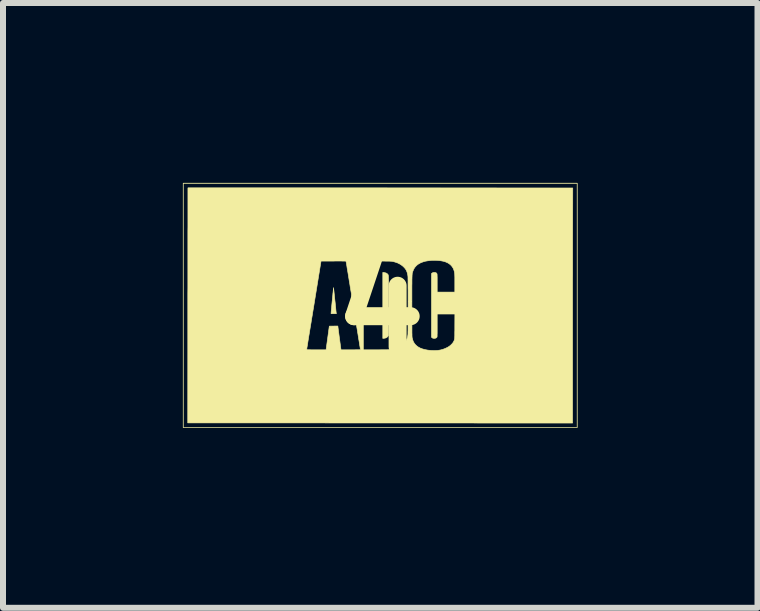
<source format=kicad_pcb>
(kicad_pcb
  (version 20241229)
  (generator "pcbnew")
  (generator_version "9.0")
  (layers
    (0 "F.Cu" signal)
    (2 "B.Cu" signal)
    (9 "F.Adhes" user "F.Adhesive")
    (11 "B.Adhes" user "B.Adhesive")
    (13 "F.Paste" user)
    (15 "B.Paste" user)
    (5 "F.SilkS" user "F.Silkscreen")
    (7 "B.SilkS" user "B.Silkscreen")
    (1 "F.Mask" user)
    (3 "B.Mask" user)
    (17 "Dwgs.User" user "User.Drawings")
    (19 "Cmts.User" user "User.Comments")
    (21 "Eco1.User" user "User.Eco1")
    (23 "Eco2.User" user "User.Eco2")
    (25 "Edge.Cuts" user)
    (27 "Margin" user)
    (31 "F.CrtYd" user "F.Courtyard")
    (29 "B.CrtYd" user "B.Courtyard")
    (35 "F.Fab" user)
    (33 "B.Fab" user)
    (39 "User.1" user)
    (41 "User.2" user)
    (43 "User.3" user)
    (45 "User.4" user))
  (footprint "4"
    (layer "F.Cu")
    (at 3.291 2.042)
    (property "Reference" "4" (at 0 0 0) (layer "F.SilkS") (effects (font (size 1.524 1.524) (thickness 0.3))))
    (attr through_hole)
    (fp_poly (pts (xy 3.286 2.039) (xy -3.286 2.039) (xy -3.286 -2.034) (xy -3.284 -2.034) (xy -3.284 2.037) (xy 3.284 2.037) (xy 3.284 -2.034) (xy -3.284 -2.034) (xy -3.286 -2.034) (xy -3.286 -2.037) (xy 3.286 -2.037) (xy 3.286 2.039)) (stroke (width 0.01) (type solid)) (fill yes) (layer "F.SilkS"))
    (fp_poly (pts (xy -0.779 -0.293) (xy -0.778 -0.288) (xy -0.777 -0.279) (xy -0.775 -0.267) (xy -0.774 -0.252) (xy -0.771 -0.232) (xy -0.769 -0.209) (xy -0.766 -0.181) (xy -0.763 -0.149) (xy -0.759 -0.112) (xy -0.756 -0.084) (xy -0.752 -0.051) (xy -0.749 -0.021) (xy -0.746 0.009) (xy -0.743 0.036) (xy -0.741 0.06) (xy -0.739 0.082) (xy -0.737 0.1) (xy -0.735 0.115) (xy -0.734 0.125) (xy -0.733 0.131) (xy -0.733 0.133) (xy -0.732 0.14) (xy -0.776 0.14) (xy -0.792 0.14) (xy -0.804 0.14) (xy -0.812 0.139) (xy -0.816 0.139) (xy -0.819 0.138) (xy -0.82 0.136) (xy -0.82 0.134) (xy -0.82 0.134) (xy -0.82 0.131) (xy -0.819 0.123) (xy -0.818 0.11) (xy -0.817 0.094) (xy -0.815 0.074) (xy -0.813 0.052) (xy -0.81 0.026) (xy -0.808 -0.002) (xy -0.805 -0.032) (xy -0.802 -0.063) (xy -0.8 -0.08) (xy -0.797 -0.112) (xy -0.794 -0.142) (xy -0.791 -0.171) (xy -0.789 -0.198) (xy -0.786 -0.222) (xy -0.784 -0.243) (xy -0.782 -0.261) (xy -0.781 -0.275) (xy -0.78 -0.285) (xy -0.78 -0.29) (xy -0.78 -0.291) (xy -0.78 -0.295) (xy -0.779 -0.295) (xy -0.779 -0.293)) (stroke (width 0.01) (type solid)) (fill yes) (layer "F.SilkS"))
    (fp_poly (pts (xy 0.049 -0.549) (xy 0.06 -0.548) (xy 0.073 -0.545) (xy 0.086 -0.542) (xy 0.097 -0.539) (xy 0.099 -0.538) (xy 0.108 -0.533) (xy 0.118 -0.526) (xy 0.122 -0.522) (xy 0.124 -0.52) (xy 0.126 -0.518) (xy 0.128 -0.516) (xy 0.129 -0.514) (xy 0.131 -0.512) (xy 0.132 -0.509) (xy 0.133 -0.506) (xy 0.134 -0.502) (xy 0.135 -0.496) (xy 0.136 -0.489) (xy 0.137 -0.481) (xy 0.137 -0.47) (xy 0.138 -0.458) (xy 0.138 -0.443) (xy 0.139 -0.426) (xy 0.139 -0.407) (xy 0.139 -0.384) (xy 0.139 -0.358) (xy 0.139 -0.329) (xy 0.139 -0.297) (xy 0.139 -0.261) (xy 0.139 -0.221) (xy 0.139 -0.177) (xy 0.139 -0.128) (xy 0.139 -0.075) (xy 0.139 -0.017) (xy 0.139 0.006) (xy 0.139 0.065) (xy 0.139 0.119) (xy 0.139 0.168) (xy 0.139 0.213) (xy 0.139 0.253) (xy 0.139 0.29) (xy 0.138 0.323) (xy 0.138 0.352) (xy 0.138 0.378) (xy 0.138 0.4) (xy 0.138 0.42) (xy 0.138 0.437) (xy 0.138 0.452) (xy 0.137 0.464) (xy 0.137 0.474) (xy 0.137 0.482) (xy 0.136 0.489) (xy 0.136 0.494) (xy 0.136 0.498) (xy 0.135 0.502) (xy 0.135 0.504) (xy 0.134 0.506) (xy 0.134 0.507) (xy 0.134 0.507) (xy 0.127 0.519) (xy 0.116 0.53) (xy 0.104 0.539) (xy 0.091 0.544) (xy 0.081 0.547) (xy 0.069 0.549) (xy 0.061 0.55) (xy 0.043 0.552) (xy 0.043 -0.549) (xy 0.049 -0.549)) (stroke (width 0.01) (type solid)) (fill yes) (layer "F.SilkS"))
    (fp_poly (pts (xy -2.92 -1.96) (xy -2.868 -1.96) (xy -2.812 -1.96) (xy -2.752 -1.96) (xy -2.688 -1.96) (xy -2.621 -1.96) (xy -2.55 -1.96) (xy -2.476 -1.96) (xy -2.399 -1.96) (xy -2.318 -1.96) (xy -2.234 -1.96) (xy -2.147 -1.96) (xy -2.056 -1.96) (xy -1.963 -1.96) (xy -1.868 -1.96) (xy -1.769 -1.96) (xy -1.668 -1.96) (xy -1.565 -1.96) (xy -1.459 -1.96) (xy -1.351 -1.96) (xy -1.24 -1.96) (xy -1.128 -1.96) (xy -1.013 -1.96) (xy -0.897 -1.96) (xy -0.778 -1.959) (xy -0.658 -1.959) (xy -0.537 -1.959) (xy -0.413 -1.959) (xy -0.289 -1.959) (xy -0.163 -1.959) (xy -0.035 -1.959) (xy 0.003 -1.959) (xy 3.211 -1.957) (xy 3.209 -1.085) (xy 3.209 -1.016) (xy 3.209 -0.943) (xy 3.209 -0.866) (xy 3.209 -0.784) (xy 3.209 -0.7) (xy 3.209 -0.612) (xy 3.209 -0.521) (xy 3.208 -0.428) (xy 3.208 -0.333) (xy 3.208 -0.237) (xy 3.208 -0.139) (xy 3.208 -0.041) (xy 3.208 0.057) (xy 3.208 0.156) (xy 3.208 0.254) (xy 3.208 0.351) (xy 3.208 0.446) (xy 3.208 0.54) (xy 3.208 0.632) (xy 3.208 0.722) (xy 3.208 0.808) (xy 3.208 0.875) (xy 3.208 1.963) (xy 1.796 1.963) (xy 1.711 1.963) (xy 1.621 1.963) (xy 1.526 1.962) (xy 1.427 1.962) (xy 1.324 1.962) (xy 1.218 1.962) (xy 1.109 1.962) (xy 0.996 1.962) (xy 0.881 1.962) (xy 0.764 1.962) (xy 0.644 1.962) (xy 0.523 1.962) (xy 0.4 1.962) (xy 0.277 1.962) (xy 0.152 1.962) (xy 0.027 1.962) (xy -0.098 1.962) (xy -0.224 1.962) (xy -0.348 1.962) (xy -0.473 1.962) (xy -0.596 1.962) (xy -0.717 1.962) (xy -0.838 1.962) (xy -0.956 1.961) (xy -1.072 1.961) (xy -1.186 1.961) (xy -1.296 1.961) (xy -1.404 1.961) (xy -1.413 1.961) (xy -3.21 1.961) (xy -3.209 0.737) (xy -1.227 0.737) (xy -1.226 0.738) (xy -1.225 0.739) (xy -1.223 0.739) (xy -1.22 0.74) (xy -1.215 0.74) (xy -1.208 0.741) (xy -1.198 0.741) (xy -1.185 0.741) (xy -1.169 0.741) (xy -1.149 0.742) (xy -1.126 0.742) (xy -1.098 0.742) (xy -1.065 0.742) (xy -0.903 0.742) (xy -0.282 0.742) (xy -0.065 0.742) (xy -0.022 0.742) (xy 0.016 0.741) (xy 0.052 0.741) (xy 0.083 0.741) (xy 0.11 0.741) (xy 0.133 0.74) (xy 0.152 0.74) (xy 0.166 0.74) (xy 0.175 0.739) (xy 0.177 0.739) (xy 0.22 0.732) (xy 0.26 0.722) (xy 0.297 0.708) (xy 0.33 0.691) (xy 0.361 0.67) (xy 0.388 0.647) (xy 0.411 0.62) (xy 0.43 0.591) (xy 0.438 0.576) (xy 0.449 0.549) (xy 0.457 0.52) (xy 0.462 0.49) (xy 0.462 0.489) (xy 0.462 0.484) (xy 0.463 0.473) (xy 0.463 0.458) (xy 0.463 0.439) (xy 0.464 0.417) (xy 0.464 0.39) (xy 0.464 0.361) (xy 0.464 0.329) (xy 0.464 0.294) (xy 0.464 0.257) (xy 0.465 0.217) (xy 0.465 0.177) (xy 0.465 0.135) (xy 0.465 0.092) (xy 0.465 0.048) (xy 0.465 0.004) (xy 0.465 -0.039) (xy 0.465 -0.083) (xy 0.465 -0.116) (xy 0.528 -0.116) (xy 0.528 -0.06) (xy 0.528 0.000041) (xy 0.528 0.01) (xy 0.528 0.071) (xy 0.528 0.127) (xy 0.528 0.178) (xy 0.528 0.225) (xy 0.528 0.267) (xy 0.528 0.306) (xy 0.529 0.34) (xy 0.529 0.371) (xy 0.529 0.399) (xy 0.529 0.423) (xy 0.529 0.444) (xy 0.529 0.463) (xy 0.53 0.479) (xy 0.53 0.492) (xy 0.53 0.504) (xy 0.53 0.513) (xy 0.531 0.521) (xy 0.531 0.527) (xy 0.531 0.532) (xy 0.532 0.535) (xy 0.532 0.536) (xy 0.54 0.57) (xy 0.551 0.602) (xy 0.567 0.63) (xy 0.587 0.656) (xy 0.611 0.678) (xy 0.639 0.698) (xy 0.672 0.715) (xy 0.708 0.728) (xy 0.749 0.739) (xy 0.793 0.747) (xy 0.842 0.752) (xy 0.895 0.754) (xy 0.895 0.754) (xy 0.911 0.754) (xy 0.928 0.753) (xy 0.943 0.753) (xy 0.955 0.752) (xy 0.957 0.752) (xy 0.998 0.746) (xy 1.035 0.737) (xy 1.072 0.724) (xy 1.099 0.712) (xy 1.122 0.701) (xy 1.141 0.69) (xy 1.158 0.678) (xy 1.174 0.665) (xy 1.189 0.65) (xy 1.2 0.639) (xy 1.208 0.629) (xy 1.215 0.62) (xy 1.22 0.611) (xy 1.224 0.604) (xy 1.227 0.598) (xy 1.23 0.592) (xy 1.233 0.586) (xy 1.235 0.58) (xy 1.237 0.574) (xy 1.238 0.568) (xy 1.24 0.56) (xy 1.241 0.551) (xy 1.242 0.541) (xy 1.242 0.528) (xy 1.243 0.512) (xy 1.243 0.494) (xy 1.243 0.472) (xy 1.243 0.447) (xy 1.244 0.418) (xy 1.244 0.384) (xy 1.244 0.349) (xy 1.245 0.145) (xy 0.95 0.145) (xy 0.95 0.335) (xy 0.95 0.37) (xy 0.95 0.401) (xy 0.95 0.428) (xy 0.95 0.45) (xy 0.95 0.469) (xy 0.949 0.484) (xy 0.949 0.497) (xy 0.949 0.507) (xy 0.949 0.515) (xy 0.948 0.52) (xy 0.948 0.525) (xy 0.947 0.528) (xy 0.946 0.53) (xy 0.945 0.532) (xy 0.945 0.533) (xy 0.937 0.541) (xy 0.926 0.547) (xy 0.911 0.55) (xy 0.907 0.551) (xy 0.89 0.55) (xy 0.875 0.547) (xy 0.864 0.54) (xy 0.862 0.538) (xy 0.855 0.53) (xy 0.855 -0.529) (xy 0.863 -0.536) (xy 0.875 -0.544) (xy 0.891 -0.548) (xy 0.909 -0.548) (xy 0.924 -0.545) (xy 0.936 -0.54) (xy 0.944 -0.531) (xy 0.945 -0.528) (xy 0.946 -0.526) (xy 0.947 -0.523) (xy 0.948 -0.519) (xy 0.948 -0.514) (xy 0.949 -0.507) (xy 0.949 -0.498) (xy 0.949 -0.486) (xy 0.95 -0.471) (xy 0.95 -0.453) (xy 0.95 -0.431) (xy 0.95 -0.405) (xy 0.95 -0.374) (xy 0.95 -0.37) (xy 0.95 -0.221) (xy 1.244 -0.221) (xy 1.244 -0.362) (xy 1.244 -0.392) (xy 1.244 -0.421) (xy 1.244 -0.447) (xy 1.244 -0.471) (xy 1.243 -0.491) (xy 1.243 -0.507) (xy 1.242 -0.52) (xy 1.242 -0.527) (xy 1.236 -0.563) (xy 1.226 -0.596) (xy 1.212 -0.626) (xy 1.194 -0.652) (xy 1.172 -0.676) (xy 1.146 -0.696) (xy 1.118 -0.712) (xy 1.092 -0.723) (xy 1.062 -0.733) (xy 1.028 -0.74) (xy 0.991 -0.746) (xy 0.953 -0.749) (xy 0.913 -0.751) (xy 0.872 -0.75) (xy 0.861 -0.75) (xy 0.82 -0.746) (xy 0.783 -0.741) (xy 0.749 -0.735) (xy 0.719 -0.726) (xy 0.691 -0.716) (xy 0.674 -0.709) (xy 0.652 -0.697) (xy 0.633 -0.686) (xy 0.616 -0.673) (xy 0.6 -0.659) (xy 0.597 -0.655) (xy 0.575 -0.63) (xy 0.558 -0.601) (xy 0.545 -0.57) (xy 0.545 -0.57) (xy 0.543 -0.564) (xy 0.541 -0.559) (xy 0.539 -0.554) (xy 0.538 -0.55) (xy 0.537 -0.544) (xy 0.535 -0.539) (xy 0.534 -0.533) (xy 0.533 -0.526) (xy 0.533 -0.518) (xy 0.532 -0.508) (xy 0.531 -0.497) (xy 0.531 -0.485) (xy 0.53 -0.47) (xy 0.53 -0.453) (xy 0.529 -0.434) (xy 0.529 -0.412) (xy 0.529 -0.387) (xy 0.529 -0.359) (xy 0.528 -0.328) (xy 0.528 -0.294) (xy 0.528 -0.255) (xy 0.528 -0.213) (xy 0.528 -0.167) (xy 0.528 -0.116) (xy 0.465 -0.116) (xy 0.465 -0.126) (xy 0.465 -0.168) (xy 0.465 -0.209) (xy 0.465 -0.248) (xy 0.464 -0.286) (xy 0.464 -0.321) (xy 0.464 -0.354) (xy 0.464 -0.384) (xy 0.464 -0.41) (xy 0.463 -0.434) (xy 0.463 -0.453) (xy 0.463 -0.469) (xy 0.462 -0.48) (xy 0.462 -0.486) (xy 0.462 -0.487) (xy 0.456 -0.522) (xy 0.447 -0.555) (xy 0.434 -0.585) (xy 0.423 -0.603) (xy 0.404 -0.627) (xy 0.381 -0.65) (xy 0.354 -0.671) (xy 0.324 -0.69) (xy 0.292 -0.706) (xy 0.258 -0.718) (xy 0.238 -0.724) (xy 0.23 -0.726) (xy 0.222 -0.728) (xy 0.215 -0.73) (xy 0.207 -0.731) (xy 0.2 -0.733) (xy 0.192 -0.734) (xy 0.183 -0.735) (xy 0.172 -0.735) (xy 0.16 -0.736) (xy 0.146 -0.737) (xy 0.129 -0.737) (xy 0.11 -0.737) (xy 0.087 -0.737) (xy 0.061 -0.738) (xy 0.03 -0.738) (xy -0.004 -0.738) (xy -0.043 -0.738) (xy -0.053 -0.738) (xy -0.282 -0.739) (xy -0.282 0.742) (xy -0.903 0.742) (xy -0.876 0.544) (xy -0.849 0.347) (xy -0.778 0.346) (xy -0.707 0.345) (xy -0.681 0.543) (xy -0.654 0.742) (xy -0.492 0.742) (xy -0.459 0.742) (xy -0.431 0.742) (xy -0.407 0.741) (xy -0.387 0.741) (xy -0.371 0.741) (xy -0.358 0.741) (xy -0.348 0.741) (xy -0.341 0.74) (xy -0.336 0.74) (xy -0.333 0.739) (xy -0.331 0.739) (xy -0.33 0.738) (xy -0.33 0.738) (xy -0.331 0.735) (xy -0.332 0.727) (xy -0.334 0.715) (xy -0.336 0.699) (xy -0.34 0.678) (xy -0.344 0.654) (xy -0.348 0.626) (xy -0.353 0.595) (xy -0.359 0.561) (xy -0.365 0.523) (xy -0.371 0.484) (xy -0.378 0.442) (xy -0.385 0.397) (xy -0.393 0.351) (xy -0.4 0.303) (xy -0.408 0.254) (xy -0.417 0.204) (xy -0.425 0.152) (xy -0.433 0.1) (xy -0.442 0.048) (xy -0.45 -0.005) (xy -0.459 -0.057) (xy -0.468 -0.11) (xy -0.476 -0.162) (xy -0.484 -0.213) (xy -0.493 -0.263) (xy -0.501 -0.312) (xy -0.508 -0.359) (xy -0.516 -0.405) (xy -0.523 -0.449) (xy -0.53 -0.491) (xy -0.536 -0.53) (xy -0.542 -0.566) (xy -0.548 -0.6) (xy -0.553 -0.63) (xy -0.557 -0.658) (xy -0.561 -0.681) (xy -0.564 -0.701) (xy -0.567 -0.716) (xy -0.569 -0.727) (xy -0.57 -0.734) (xy -0.57 -0.736) (xy -0.571 -0.736) (xy -0.574 -0.737) (xy -0.58 -0.737) (xy -0.588 -0.738) (xy -0.599 -0.738) (xy -0.613 -0.738) (xy -0.631 -0.738) (xy -0.652 -0.739) (xy -0.677 -0.739) (xy -0.707 -0.739) (xy -0.741 -0.739) (xy -0.779 -0.738) (xy -0.987 -0.738) (xy -1.106 -0.003) (xy -1.116 0.058) (xy -1.126 0.117) (xy -1.135 0.175) (xy -1.145 0.231) (xy -1.153 0.285) (xy -1.162 0.337) (xy -1.17 0.387) (xy -1.178 0.434) (xy -1.185 0.479) (xy -1.192 0.52) (xy -1.198 0.559) (xy -1.204 0.595) (xy -1.209 0.627) (xy -1.213 0.655) (xy -1.217 0.679) (xy -1.221 0.7) (xy -1.223 0.716) (xy -1.225 0.728) (xy -1.226 0.735) (xy -1.227 0.737) (xy -3.209 0.737) (xy -3.209 0.001) (xy -3.209 -0.099) (xy -3.209 -0.197) (xy -3.208 -0.294) (xy -3.208 -0.39) (xy -3.208 -0.484) (xy -3.208 -0.576) (xy -3.208 -0.666) (xy -3.208 -0.754) (xy -3.208 -0.841) (xy -3.208 -0.925) (xy -3.208 -1.006) (xy -3.208 -1.085) (xy -3.208 -1.162) (xy -3.208 -1.236) (xy -3.207 -1.307) (xy -3.207 -1.375) (xy -3.207 -1.44) (xy -3.207 -1.501) (xy -3.207 -1.56) (xy -3.207 -1.615) (xy -3.207 -1.666) (xy -3.207 -1.714) (xy -3.207 -1.758) (xy -3.207 -1.797) (xy -3.207 -1.833) (xy -3.207 -1.865) (xy -3.207 -1.892) (xy -3.207 -1.915) (xy -3.207 -1.933) (xy -3.207 -1.947) (xy -3.206 -1.956) (xy -3.206 -1.96) (xy -3.206 -1.96) (xy -3.204 -1.96) (xy -3.196 -1.96) (xy -3.184 -1.96) (xy -3.167 -1.96) (xy -3.145 -1.96) (xy -3.118 -1.96) (xy -3.087 -1.96) (xy -3.052 -1.96) (xy -3.012 -1.96) (xy -2.968 -1.96) (xy -2.92 -1.96)) (stroke (width 0.01) (type solid)) (fill yes) (layer "F.SilkS")))
  (gr_rect
    (start -3 -3)
    (end 9.583 7.086)
    (stroke (width 0.1) (type default))
    (fill no)
    (layer "Edge.Cuts")))
</source>
